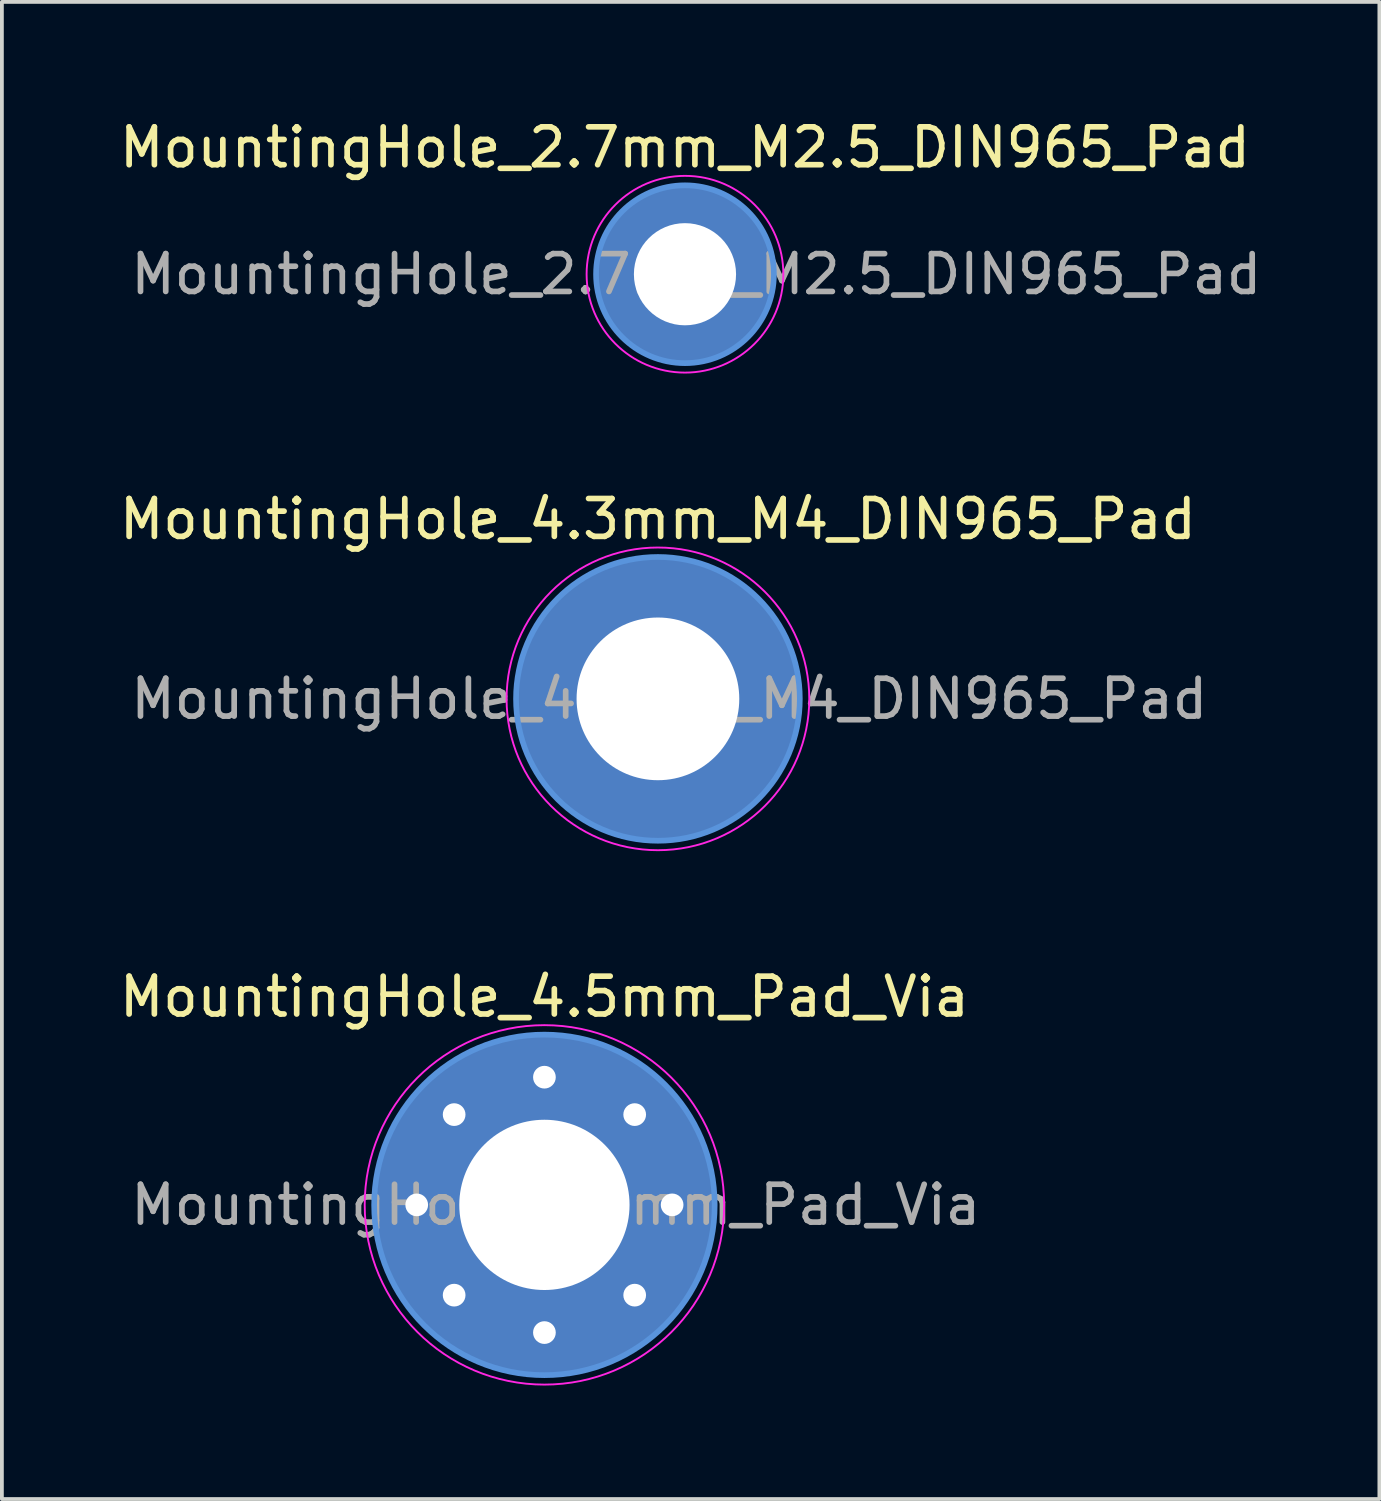
<source format=kicad_pcb>
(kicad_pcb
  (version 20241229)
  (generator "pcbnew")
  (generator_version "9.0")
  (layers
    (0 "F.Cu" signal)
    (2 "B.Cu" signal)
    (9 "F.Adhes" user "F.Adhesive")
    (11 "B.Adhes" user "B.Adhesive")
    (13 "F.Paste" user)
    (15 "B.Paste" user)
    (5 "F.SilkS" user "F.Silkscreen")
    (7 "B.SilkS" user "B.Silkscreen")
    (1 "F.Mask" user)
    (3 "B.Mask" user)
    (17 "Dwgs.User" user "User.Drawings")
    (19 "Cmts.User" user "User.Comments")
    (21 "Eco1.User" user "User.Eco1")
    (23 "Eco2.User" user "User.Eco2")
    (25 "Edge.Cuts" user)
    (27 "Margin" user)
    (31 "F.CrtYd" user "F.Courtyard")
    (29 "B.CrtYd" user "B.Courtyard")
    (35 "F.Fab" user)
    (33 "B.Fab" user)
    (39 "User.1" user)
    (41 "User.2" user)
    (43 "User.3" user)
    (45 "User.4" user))
  (footprint "MountingHole_4.5mm_Pad_Via"
    (layer "F.Cu")
    (at 11.339 28.795)
    (property "Reference" "MountingHole_4.5mm_Pad_Via" (at 0 -5.5 0) (layer "F.SilkS") (effects (font (size 1 1) (thickness 0.15))))
    (attr exclude_from_pos_files exclude_from_bom)
    (fp_circle (center 0 0) (end 4.5 0) (stroke (width 0.15) (type solid)) (fill no) (layer "Cmts.User"))
    (fp_circle (center 0 0) (end 4.75 0) (stroke (width 0.05) (type solid)) (fill no) (layer "F.CrtYd"))
    (fp_text user "${REFERENCE}" (at 0.3 0 0) (layer "F.Fab") (effects (font (size 1 1) (thickness 0.15))))
    (pad "" thru_hole circle (at -3.375 0) (size 0.9 0.9) (drill 0.6) (layers "*.Cu" "*.Mask"))
    (pad "" thru_hole circle (at -2.386 -2.386) (size 0.9 0.9) (drill 0.6) (layers "*.Cu" "*.Mask"))
    (pad "" thru_hole circle (at -2.386 2.386) (size 0.9 0.9) (drill 0.6) (layers "*.Cu" "*.Mask"))
    (pad "" thru_hole circle (at 0 -3.375) (size 0.9 0.9) (drill 0.6) (layers "*.Cu" "*.Mask"))
    (pad "" thru_hole circle (at 0 3.375) (size 0.9 0.9) (drill 0.6) (layers "*.Cu" "*.Mask"))
    (pad "" thru_hole circle (at 2.386 -2.386) (size 0.9 0.9) (drill 0.6) (layers "*.Cu" "*.Mask"))
    (pad "" thru_hole circle (at 2.386 2.386) (size 0.9 0.9) (drill 0.6) (layers "*.Cu" "*.Mask"))
    (pad "" thru_hole circle (at 3.375 0) (size 0.9 0.9) (drill 0.6) (layers "*.Cu" "*.Mask"))
    (pad "1" thru_hole circle (at 0 0) (size 9 9) (drill 4.5) (layers "*.Cu" "*.Mask")))
  (footprint "MountingHole_4.3mm_M4_DIN965_Pad"
    (layer "F.Cu")
    (at 14.339 15.421)
    (property "Reference" "MountingHole_4.3mm_M4_DIN965_Pad" (at 0 -4.75 0) (layer "F.SilkS") (effects (font (size 1 1) (thickness 0.15))))
    (attr exclude_from_pos_files exclude_from_bom)
    (fp_circle (center 0 0) (end 3.75 0) (stroke (width 0.15) (type solid)) (fill no) (layer "Cmts.User"))
    (fp_circle (center 0 0) (end 4 0) (stroke (width 0.05) (type solid)) (fill no) (layer "F.CrtYd"))
    (fp_text user "${REFERENCE}" (at 0.3 0 0) (layer "F.Fab") (effects (font (size 1 1) (thickness 0.15))))
    (pad "1" thru_hole circle (at 0 0) (size 7.5 7.5) (drill 4.3) (layers "*.Cu" "*.Mask")))
  (footprint "MountingHole_2.7mm_M2.5_DIN965_Pad"
    (layer "F.Cu")
    (at 15.054 4.198)
    (property "Reference" "MountingHole_2.7mm_M2.5_DIN965_Pad" (at 0 -3.35 0) (layer "F.SilkS") (effects (font (size 1 1) (thickness 0.15))))
    (attr exclude_from_pos_files exclude_from_bom)
    (fp_circle (center 0 0) (end 2.35 0) (stroke (width 0.15) (type solid)) (fill no) (layer "Cmts.User"))
    (fp_circle (center 0 0) (end 2.6 0) (stroke (width 0.05) (type solid)) (fill no) (layer "F.CrtYd"))
    (fp_text user "${REFERENCE}" (at 0.3 0 0) (layer "F.Fab") (effects (font (size 1 1) (thickness 0.15))))
    (pad "1" thru_hole circle (at 0 0) (size 4.7 4.7) (drill 2.7) (layers "*.Cu" "*.Mask")))
  (gr_rect
    (start -3 -3)
    (end 33.407 36.57)
    (stroke (width 0.1) (type default))
    (fill no)
    (layer "Edge.Cuts")))
</source>
